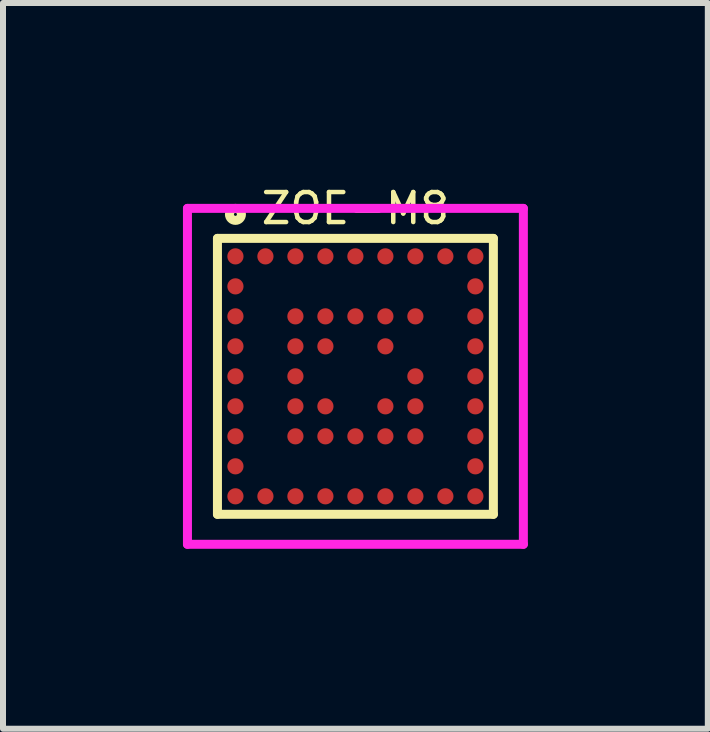
<source format=kicad_pcb>
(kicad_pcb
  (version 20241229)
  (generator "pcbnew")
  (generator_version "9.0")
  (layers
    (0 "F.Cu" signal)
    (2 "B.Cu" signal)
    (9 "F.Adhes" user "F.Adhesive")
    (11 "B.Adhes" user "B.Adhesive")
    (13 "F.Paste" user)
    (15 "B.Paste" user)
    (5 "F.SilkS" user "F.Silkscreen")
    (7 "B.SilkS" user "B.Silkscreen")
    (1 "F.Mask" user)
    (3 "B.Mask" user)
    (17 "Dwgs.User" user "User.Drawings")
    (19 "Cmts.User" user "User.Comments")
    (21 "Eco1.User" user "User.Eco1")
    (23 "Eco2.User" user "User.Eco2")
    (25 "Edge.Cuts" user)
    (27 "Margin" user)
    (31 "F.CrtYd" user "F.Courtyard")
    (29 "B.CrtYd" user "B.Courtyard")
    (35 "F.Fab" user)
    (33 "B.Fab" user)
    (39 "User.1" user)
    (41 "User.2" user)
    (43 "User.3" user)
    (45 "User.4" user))
  (footprint "ZOE-M8"
    (layer "F.Cu")
    (at 2.875 3.224)
    (property "Reference" "ZOE-M8" (at 0 -2.8 0) (layer "F.SilkS") (effects (font (size 0.5 0.5) (thickness 0.075))))
    (attr through_hole)
    (fp_line (start -2.3 -2.3) (end -2.3 2.3) (stroke (width 0.15) (type solid)) (layer "F.SilkS"))
    (fp_line (start -2.3 2.3) (end 2.3 2.3) (stroke (width 0.15) (type solid)) (layer "F.SilkS"))
    (fp_line (start 2.3 -2.3) (end -2.3 -2.3) (stroke (width 0.15) (type solid)) (layer "F.SilkS"))
    (fp_line (start 2.3 2.3) (end 2.3 -2.3) (stroke (width 0.15) (type solid)) (layer "F.SilkS"))
    (fp_circle (center -2 -2.7) (end -2 -2.6) (stroke (width 0.15) (type solid)) (fill no) (layer "F.SilkS"))
    (fp_line (start -2.8 -2.8) (end -2.8 2.8) (stroke (width 0.15) (type solid)) (layer "F.CrtYd"))
    (fp_line (start -2.8 2.8) (end 2.8 2.8) (stroke (width 0.15) (type solid)) (layer "F.CrtYd"))
    (fp_line (start 2.8 -2.8) (end -2.8 -2.8) (stroke (width 0.15) (type solid)) (layer "F.CrtYd"))
    (fp_line (start 2.8 2.8) (end 2.8 -2.8) (stroke (width 0.15) (type solid)) (layer "F.CrtYd"))
    (pad "A1" smd circle (at -2 -2) (size 0.27 0.27) (layers "F.Cu" "F.Mask" "F.Paste"))
    (pad "A2" smd circle (at -1.5 -2) (size 0.27 0.27) (layers "F.Cu" "F.Mask" "F.Paste"))
    (pad "A3" smd circle (at -1 -2) (size 0.27 0.27) (layers "F.Cu" "F.Mask" "F.Paste"))
    (pad "A4" smd circle (at -0.5 -2) (size 0.27 0.27) (layers "F.Cu" "F.Mask" "F.Paste"))
    (pad "A5" smd circle (at 0 -2) (size 0.27 0.27) (layers "F.Cu" "F.Mask" "F.Paste"))
    (pad "A6" smd circle (at 0.5 -2) (size 0.27 0.27) (layers "F.Cu" "F.Mask" "F.Paste"))
    (pad "A7" smd circle (at 1 -2) (size 0.27 0.27) (layers "F.Cu" "F.Mask" "F.Paste"))
    (pad "A8" smd circle (at 1.5 -2) (size 0.27 0.27) (layers "F.Cu" "F.Mask" "F.Paste"))
    (pad "A9" smd circle (at 2 -2) (size 0.27 0.27) (layers "F.Cu" "F.Mask" "F.Paste"))
    (pad "B1" smd circle (at -2 -1.5) (size 0.27 0.27) (layers "F.Cu" "F.Mask" "F.Paste"))
    (pad "B9" smd circle (at 2 -1.5) (size 0.27 0.27) (layers "F.Cu" "F.Mask" "F.Paste"))
    (pad "C1" smd circle (at -2 -1) (size 0.27 0.27) (layers "F.Cu" "F.Mask" "F.Paste"))
    (pad "C3" smd circle (at -1 -1) (size 0.27 0.27) (layers "F.Cu" "F.Mask" "F.Paste"))
    (pad "C4" smd circle (at -0.5 -1) (size 0.27 0.27) (layers "F.Cu" "F.Mask" "F.Paste"))
    (pad "C5" smd circle (at 0 -1) (size 0.27 0.27) (layers "F.Cu" "F.Mask" "F.Paste"))
    (pad "C6" smd circle (at 0.5 -1) (size 0.27 0.27) (layers "F.Cu" "F.Mask" "F.Paste"))
    (pad "C7" smd circle (at 1 -1) (size 0.27 0.27) (layers "F.Cu" "F.Mask" "F.Paste"))
    (pad "C9" smd circle (at 2 -1) (size 0.27 0.27) (layers "F.Cu" "F.Mask" "F.Paste"))
    (pad "D1" smd circle (at -2 -0.5) (size 0.27 0.27) (layers "F.Cu" "F.Mask" "F.Paste"))
    (pad "D3" smd circle (at -1 -0.5) (size 0.27 0.27) (layers "F.Cu" "F.Mask" "F.Paste"))
    (pad "D4" smd circle (at -0.5 -0.5) (size 0.27 0.27) (layers "F.Cu" "F.Mask" "F.Paste"))
    (pad "D6" smd circle (at 0.5 -0.5) (size 0.27 0.27) (layers "F.Cu" "F.Mask" "F.Paste"))
    (pad "D9" smd circle (at 2 -0.5) (size 0.27 0.27) (layers "F.Cu" "F.Mask" "F.Paste"))
    (pad "E1" smd circle (at -2 0) (size 0.27 0.27) (layers "F.Cu" "F.Mask" "F.Paste"))
    (pad "E3" smd circle (at -1 0) (size 0.27 0.27) (layers "F.Cu" "F.Mask" "F.Paste"))
    (pad "E7" smd circle (at 1 0) (size 0.27 0.27) (layers "F.Cu" "F.Mask" "F.Paste"))
    (pad "E9" smd circle (at 2 0) (size 0.27 0.27) (layers "F.Cu" "F.Mask" "F.Paste"))
    (pad "F1" smd circle (at -2 0.5) (size 0.27 0.27) (layers "F.Cu" "F.Mask" "F.Paste"))
    (pad "F3" smd circle (at -1 0.5) (size 0.27 0.27) (layers "F.Cu" "F.Mask" "F.Paste"))
    (pad "F4" smd circle (at -0.5 0.5) (size 0.27 0.27) (layers "F.Cu" "F.Mask" "F.Paste"))
    (pad "F6" smd circle (at 0.5 0.5) (size 0.27 0.27) (layers "F.Cu" "F.Mask" "F.Paste"))
    (pad "F7" smd circle (at 1 0.5) (size 0.27 0.27) (layers "F.Cu" "F.Mask" "F.Paste"))
    (pad "F9" smd circle (at 2 0.5) (size 0.27 0.27) (layers "F.Cu" "F.Mask" "F.Paste"))
    (pad "G1" smd circle (at -2 1) (size 0.27 0.27) (layers "F.Cu" "F.Mask" "F.Paste"))
    (pad "G3" smd circle (at -1 1) (size 0.27 0.27) (layers "F.Cu" "F.Mask" "F.Paste"))
    (pad "G4" smd circle (at -0.5 1) (size 0.27 0.27) (layers "F.Cu" "F.Mask" "F.Paste"))
    (pad "G5" smd circle (at 0 1) (size 0.27 0.27) (layers "F.Cu" "F.Mask" "F.Paste"))
    (pad "G6" smd circle (at 0.5 1) (size 0.27 0.27) (layers "F.Cu" "F.Mask" "F.Paste"))
    (pad "G7" smd circle (at 1 1) (size 0.27 0.27) (layers "F.Cu" "F.Mask" "F.Paste"))
    (pad "G9" smd circle (at 2 1) (size 0.27 0.27) (layers "F.Cu" "F.Mask" "F.Paste"))
    (pad "H1" smd circle (at -2 1.5) (size 0.27 0.27) (layers "F.Cu" "F.Mask" "F.Paste"))
    (pad "H9" smd circle (at 2 1.5) (size 0.27 0.27) (layers "F.Cu" "F.Mask" "F.Paste"))
    (pad "J1" smd circle (at -2 2) (size 0.27 0.27) (layers "F.Cu" "F.Mask" "F.Paste"))
    (pad "J2" smd circle (at -1.5 2) (size 0.27 0.27) (layers "F.Cu" "F.Mask" "F.Paste"))
    (pad "J3" smd circle (at -1 2) (size 0.27 0.27) (layers "F.Cu" "F.Mask" "F.Paste"))
    (pad "J4" smd circle (at -0.5 2) (size 0.27 0.27) (layers "F.Cu" "F.Mask" "F.Paste"))
    (pad "J5" smd circle (at 0 2) (size 0.27 0.27) (layers "F.Cu" "F.Mask" "F.Paste"))
    (pad "J6" smd circle (at 0.5 2) (size 0.27 0.27) (layers "F.Cu" "F.Mask" "F.Paste"))
    (pad "J7" smd circle (at 1 2) (size 0.27 0.27) (layers "F.Cu" "F.Mask" "F.Paste"))
    (pad "J8" smd circle (at 1.5 2) (size 0.27 0.27) (layers "F.Cu" "F.Mask" "F.Paste"))
    (pad "J9" smd circle (at 2 2) (size 0.27 0.27) (layers "F.Cu" "F.Mask" "F.Paste")))
  (gr_rect
    (start -3 -3)
    (end 8.75 9.099)
    (stroke (width 0.1) (type default))
    (fill no)
    (layer "Edge.Cuts")))
</source>
